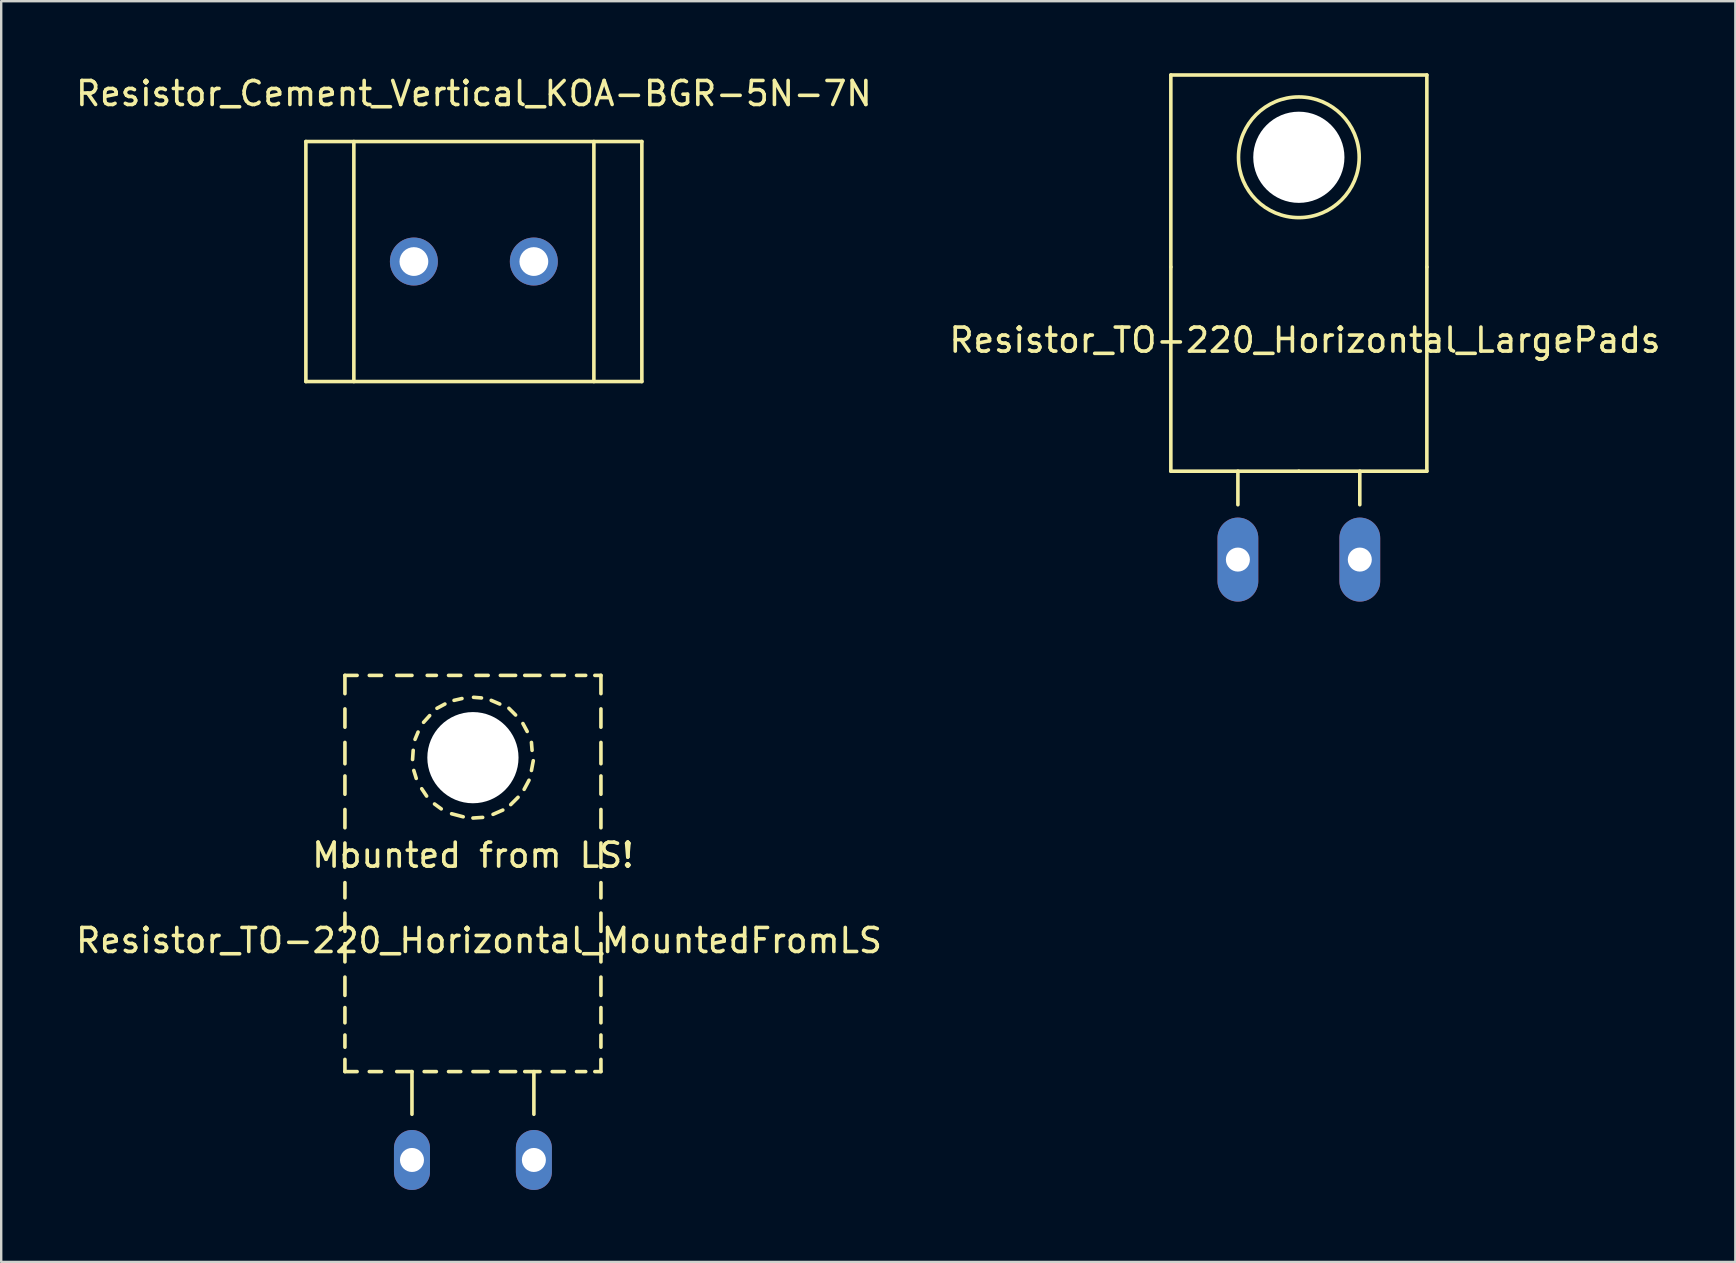
<source format=kicad_pcb>
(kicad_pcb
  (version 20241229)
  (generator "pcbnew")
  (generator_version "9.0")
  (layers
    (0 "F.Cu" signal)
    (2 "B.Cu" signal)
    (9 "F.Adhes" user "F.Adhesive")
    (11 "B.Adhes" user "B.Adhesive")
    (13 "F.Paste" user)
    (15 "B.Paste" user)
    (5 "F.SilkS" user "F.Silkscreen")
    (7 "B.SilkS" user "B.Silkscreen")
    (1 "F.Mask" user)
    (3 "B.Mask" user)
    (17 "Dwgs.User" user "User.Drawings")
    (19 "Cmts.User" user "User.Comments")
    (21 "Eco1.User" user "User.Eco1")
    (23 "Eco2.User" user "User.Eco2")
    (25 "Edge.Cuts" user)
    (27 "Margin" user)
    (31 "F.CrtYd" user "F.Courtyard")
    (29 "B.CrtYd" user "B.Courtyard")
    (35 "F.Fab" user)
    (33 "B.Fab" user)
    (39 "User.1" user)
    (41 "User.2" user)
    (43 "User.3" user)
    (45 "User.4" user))
  (footprint "Resistor_Cement_Vertical_KOA-BGR-5N-7N"
    (layer "F.Cu")
    (at 16.696 7.848)
    (property "Reference" "Resistor_Cement_Vertical_KOA-BGR-5N-7N" (at 0 -7 0) (layer "F.SilkS") (effects (font (size 1 1) (thickness 0.15))))
    (attr through_hole)
    (fp_line (start -7 -5.001) (end -7 5.001) (stroke (width 0.15) (type solid)) (layer "F.SilkS"))
    (fp_line (start -7 5.001) (end 7 5.001) (stroke (width 0.15) (type solid)) (layer "F.SilkS"))
    (fp_line (start -5.001 -5.001) (end -5.001 5.001) (stroke (width 0.15) (type solid)) (layer "F.SilkS"))
    (fp_line (start 5.001 -5.001) (end 5.001 5.001) (stroke (width 0.15) (type solid)) (layer "F.SilkS"))
    (fp_line (start 7 -5.001) (end -7 -5.001) (stroke (width 0.15) (type solid)) (layer "F.SilkS"))
    (fp_line (start 7 5.001) (end 7 -5.001) (stroke (width 0.15) (type solid)) (layer "F.SilkS"))
    (pad "1" thru_hole circle (at -2.499 0) (size 1.999 1.999) (drill 1.199) (layers "*.Cu" "*.Mask"))
    (pad "2" thru_hole circle (at 2.499 0) (size 1.999 1.999) (drill 1.199) (layers "*.Cu" "*.Mask")))
  (footprint "Resistor_TO-220_Horizontal_MountedFromLS"
    (layer "F.Cu")
    (at 16.657 45.286)
    (property "Reference" "Resistor_TO-220_Horizontal_MountedFromLS" (at 0.254 -9.144 0) (layer "F.SilkS") (effects (font (size 1 1) (thickness 0.15))))
    (attr through_hole)
    (fp_line (start -5.334 -20.193) (end -5.334 -19.431) (stroke (width 0.15) (type solid)) (layer "F.SilkS"))
    (fp_line (start -5.334 -20.193) (end -4.826 -20.193) (stroke (width 0.15) (type solid)) (layer "F.SilkS"))
    (fp_line (start -5.334 -18.796) (end -5.334 -18.034) (stroke (width 0.15) (type solid)) (layer "F.SilkS"))
    (fp_line (start -5.334 -17.399) (end -5.334 -16.51) (stroke (width 0.15) (type solid)) (layer "F.SilkS"))
    (fp_line (start -5.334 -16.002) (end -5.334 -15.24) (stroke (width 0.15) (type solid)) (layer "F.SilkS"))
    (fp_line (start -5.334 -14.605) (end -5.334 -13.843) (stroke (width 0.15) (type solid)) (layer "F.SilkS"))
    (fp_line (start -5.334 -13.208) (end -5.334 -12.192) (stroke (width 0.15) (type solid)) (layer "F.SilkS"))
    (fp_line (start -5.334 -11.557) (end -5.334 -10.922) (stroke (width 0.15) (type solid)) (layer "F.SilkS"))
    (fp_line (start -5.334 -10.287) (end -5.334 -9.525) (stroke (width 0.15) (type solid)) (layer "F.SilkS"))
    (fp_line (start -5.334 -9.017) (end -5.334 -8.255) (stroke (width 0.15) (type solid)) (layer "F.SilkS"))
    (fp_line (start -5.334 -7.62) (end -5.334 -6.858) (stroke (width 0.15) (type solid)) (layer "F.SilkS"))
    (fp_line (start -5.334 -6.35) (end -5.334 -5.715) (stroke (width 0.15) (type solid)) (layer "F.SilkS"))
    (fp_line (start -5.334 -5.207) (end -5.334 -4.699) (stroke (width 0.15) (type solid)) (layer "F.SilkS"))
    (fp_line (start -5.334 -4.191) (end -5.334 -3.683) (stroke (width 0.15) (type solid)) (layer "F.SilkS"))
    (fp_line (start -5.334 -3.683) (end -4.826 -3.683) (stroke (width 0.15) (type solid)) (layer "F.SilkS"))
    (fp_line (start -4.318 -20.193) (end -3.81 -20.193) (stroke (width 0.15) (type solid)) (layer "F.SilkS"))
    (fp_line (start -4.318 -3.683) (end -3.81 -3.683) (stroke (width 0.15) (type solid)) (layer "F.SilkS"))
    (fp_line (start -3.175 -20.193) (end -2.54 -20.193) (stroke (width 0.15) (type solid)) (layer "F.SilkS"))
    (fp_line (start -3.175 -3.683) (end -2.54 -3.683) (stroke (width 0.15) (type solid)) (layer "F.SilkS"))
    (fp_line (start -2.54 -3.683) (end -2.54 -1.905) (stroke (width 0.15) (type solid)) (layer "F.SilkS"))
    (fp_line (start -2.515 -16.688) (end -2.489 -17.069) (stroke (width 0.15) (type solid)) (layer "F.SilkS"))
    (fp_line (start -2.413 -17.526) (end -2.286 -17.831) (stroke (width 0.15) (type solid)) (layer "F.SilkS"))
    (fp_line (start -2.362 -15.9) (end -2.464 -16.231) (stroke (width 0.15) (type solid)) (layer "F.SilkS"))
    (fp_line (start -2.057 -18.237) (end -1.803 -18.517) (stroke (width 0.15) (type solid)) (layer "F.SilkS"))
    (fp_line (start -2.032 -3.683) (end -1.524 -3.683) (stroke (width 0.15) (type solid)) (layer "F.SilkS"))
    (fp_line (start -1.93 -15.164) (end -2.134 -15.469) (stroke (width 0.15) (type solid)) (layer "F.SilkS"))
    (fp_line (start -1.905 -20.193) (end -1.524 -20.193) (stroke (width 0.15) (type solid)) (layer "F.SilkS"))
    (fp_line (start -1.499 -18.821) (end -1.168 -18.999) (stroke (width 0.15) (type solid)) (layer "F.SilkS"))
    (fp_line (start -1.321 -14.63) (end -1.6 -14.834) (stroke (width 0.15) (type solid)) (layer "F.SilkS"))
    (fp_line (start -1.016 -20.193) (end -0.508 -20.193) (stroke (width 0.15) (type solid)) (layer "F.SilkS"))
    (fp_line (start -1.016 -3.683) (end -0.508 -3.683) (stroke (width 0.15) (type solid)) (layer "F.SilkS"))
    (fp_line (start -0.787 -19.152) (end -0.457 -19.228) (stroke (width 0.15) (type solid)) (layer "F.SilkS"))
    (fp_line (start -0.406 -14.3) (end -0.889 -14.427) (stroke (width 0.15) (type solid)) (layer "F.SilkS"))
    (fp_line (start 0 -3.683) (end 0.635 -3.683) (stroke (width 0.15) (type solid)) (layer "F.SilkS"))
    (fp_line (start 0.025 -19.279) (end 0.356 -19.253) (stroke (width 0.15) (type solid)) (layer "F.SilkS"))
    (fp_line (start 0.127 -20.193) (end 0.635 -20.193) (stroke (width 0.15) (type solid)) (layer "F.SilkS"))
    (fp_line (start 0.406 -14.275) (end 0 -14.249) (stroke (width 0.15) (type solid)) (layer "F.SilkS"))
    (fp_line (start 0.762 -19.152) (end 1.118 -18.999) (stroke (width 0.15) (type solid)) (layer "F.SilkS"))
    (fp_line (start 1.143 -20.193) (end 1.778 -20.193) (stroke (width 0.15) (type solid)) (layer "F.SilkS"))
    (fp_line (start 1.143 -3.683) (end 1.778 -3.683) (stroke (width 0.15) (type solid)) (layer "F.SilkS"))
    (fp_line (start 1.245 -14.58) (end 0.838 -14.402) (stroke (width 0.15) (type solid)) (layer "F.SilkS"))
    (fp_line (start 1.499 -18.821) (end 1.778 -18.542) (stroke (width 0.15) (type solid)) (layer "F.SilkS"))
    (fp_line (start 1.88 -15.113) (end 1.575 -14.808) (stroke (width 0.15) (type solid)) (layer "F.SilkS"))
    (fp_line (start 2.083 -18.186) (end 2.261 -17.856) (stroke (width 0.15) (type solid)) (layer "F.SilkS"))
    (fp_line (start 2.159 -20.193) (end 2.794 -20.193) (stroke (width 0.15) (type solid)) (layer "F.SilkS"))
    (fp_line (start 2.159 -3.683) (end 2.794 -3.683) (stroke (width 0.15) (type solid)) (layer "F.SilkS"))
    (fp_line (start 2.337 -15.824) (end 2.134 -15.443) (stroke (width 0.15) (type solid)) (layer "F.SilkS"))
    (fp_line (start 2.438 -17.399) (end 2.464 -17.069) (stroke (width 0.15) (type solid)) (layer "F.SilkS"))
    (fp_line (start 2.515 -16.637) (end 2.438 -16.231) (stroke (width 0.15) (type solid)) (layer "F.SilkS"))
    (fp_line (start 2.54 -3.683) (end 2.54 -1.905) (stroke (width 0.15) (type solid)) (layer "F.SilkS"))
    (fp_line (start 3.302 -20.193) (end 3.81 -20.193) (stroke (width 0.15) (type solid)) (layer "F.SilkS"))
    (fp_line (start 3.302 -3.683) (end 3.81 -3.683) (stroke (width 0.15) (type solid)) (layer "F.SilkS"))
    (fp_line (start 4.318 -20.193) (end 4.699 -20.193) (stroke (width 0.15) (type solid)) (layer "F.SilkS"))
    (fp_line (start 4.318 -3.683) (end 4.699 -3.683) (stroke (width 0.15) (type solid)) (layer "F.SilkS"))
    (fp_line (start 5.08 -20.193) (end 5.334 -20.193) (stroke (width 0.15) (type solid)) (layer "F.SilkS"))
    (fp_line (start 5.08 -3.683) (end 5.334 -3.683) (stroke (width 0.15) (type solid)) (layer "F.SilkS"))
    (fp_line (start 5.334 -20.193) (end 5.334 -19.431) (stroke (width 0.15) (type solid)) (layer "F.SilkS"))
    (fp_line (start 5.334 -18.796) (end 5.334 -18.034) (stroke (width 0.15) (type solid)) (layer "F.SilkS"))
    (fp_line (start 5.334 -17.399) (end 5.334 -16.51) (stroke (width 0.15) (type solid)) (layer "F.SilkS"))
    (fp_line (start 5.334 -16.002) (end 5.334 -15.24) (stroke (width 0.15) (type solid)) (layer "F.SilkS"))
    (fp_line (start 5.334 -14.605) (end 5.334 -13.843) (stroke (width 0.15) (type solid)) (layer "F.SilkS"))
    (fp_line (start 5.334 -13.208) (end 5.334 -12.192) (stroke (width 0.15) (type solid)) (layer "F.SilkS"))
    (fp_line (start 5.334 -11.557) (end 5.334 -10.922) (stroke (width 0.15) (type solid)) (layer "F.SilkS"))
    (fp_line (start 5.334 -10.287) (end 5.334 -9.525) (stroke (width 0.15) (type solid)) (layer "F.SilkS"))
    (fp_line (start 5.334 -9.017) (end 5.334 -8.255) (stroke (width 0.15) (type solid)) (layer "F.SilkS"))
    (fp_line (start 5.334 -7.62) (end 5.334 -6.858) (stroke (width 0.15) (type solid)) (layer "F.SilkS"))
    (fp_line (start 5.334 -6.35) (end 5.334 -5.715) (stroke (width 0.15) (type solid)) (layer "F.SilkS"))
    (fp_line (start 5.334 -5.207) (end 5.334 -4.699) (stroke (width 0.15) (type solid)) (layer "F.SilkS"))
    (fp_line (start 5.334 -4.191) (end 5.334 -3.683) (stroke (width 0.15) (type solid)) (layer "F.SilkS"))
    (fp_text user "Mounted from LS!" (at 0 -12.7 0) (layer "F.SilkS") (effects (font (size 1 1) (thickness 0.15))))
    (pad "" np_thru_hole circle (at 0 -16.764 90) (size 3.8 3.8) (drill 3.8) (layers "*.Cu" "*.Mask"))
    (pad "1" thru_hole oval (at 2.54 0 90) (size 2.499 1.501) (drill 1.001) (layers "*.Cu" "*.Mask"))
    (pad "2" thru_hole oval (at -2.54 0 90) (size 2.499 1.501) (drill 1.001) (layers "*.Cu" "*.Mask")))
  (footprint "Resistor_TO-220_Horizontal_LargePads"
    (layer "F.Cu")
    (at 51.073 20.268)
    (property "Reference" "Resistor_TO-220_Horizontal_LargePads" (at 0.254 -9.144 0) (layer "F.SilkS") (effects (font (size 1 1) (thickness 0.15))))
    (attr through_hole)
    (fp_line (start -5.334 -20.193) (end -5.334 -12.192) (stroke (width 0.15) (type solid)) (layer "F.SilkS"))
    (fp_line (start -5.334 -12.192) (end -5.334 -3.683) (stroke (width 0.15) (type solid)) (layer "F.SilkS"))
    (fp_line (start -2.54 -3.683) (end -2.54 -2.286) (stroke (width 0.15) (type solid)) (layer "F.SilkS"))
    (fp_line (start 0 -3.683) (end -5.334 -3.683) (stroke (width 0.15) (type solid)) (layer "F.SilkS"))
    (fp_line (start 0 -3.683) (end 5.334 -3.683) (stroke (width 0.15) (type solid)) (layer "F.SilkS"))
    (fp_line (start 2.54 -3.683) (end 2.54 -2.286) (stroke (width 0.15) (type solid)) (layer "F.SilkS"))
    (fp_line (start 5.334 -20.193) (end -5.334 -20.193) (stroke (width 0.15) (type solid)) (layer "F.SilkS"))
    (fp_line (start 5.334 -12.192) (end 5.334 -20.193) (stroke (width 0.15) (type solid)) (layer "F.SilkS"))
    (fp_line (start 5.334 -3.683) (end 5.334 -12.192) (stroke (width 0.15) (type solid)) (layer "F.SilkS"))
    (fp_circle (center 0 -16.764) (end 1.778 -14.986) (stroke (width 0.15) (type solid)) (fill no) (layer "F.SilkS"))
    (pad "" np_thru_hole circle (at 0 -16.764 90) (size 3.8 3.8) (drill 3.8) (layers "*.Cu" "*.Mask"))
    (pad "1" thru_hole oval (at -2.54 0 90) (size 3.5 1.699) (drill 1.001) (layers "*.Cu" "*.Mask"))
    (pad "2" thru_hole oval (at 2.54 0 90) (size 3.5 1.699) (drill 1.001) (layers "*.Cu" "*.Mask")))
  (gr_rect
    (start -3 -3)
    (end 69.262 49.536)
    (stroke (width 0.1) (type default))
    (fill no)
    (layer "Edge.Cuts")))
</source>
